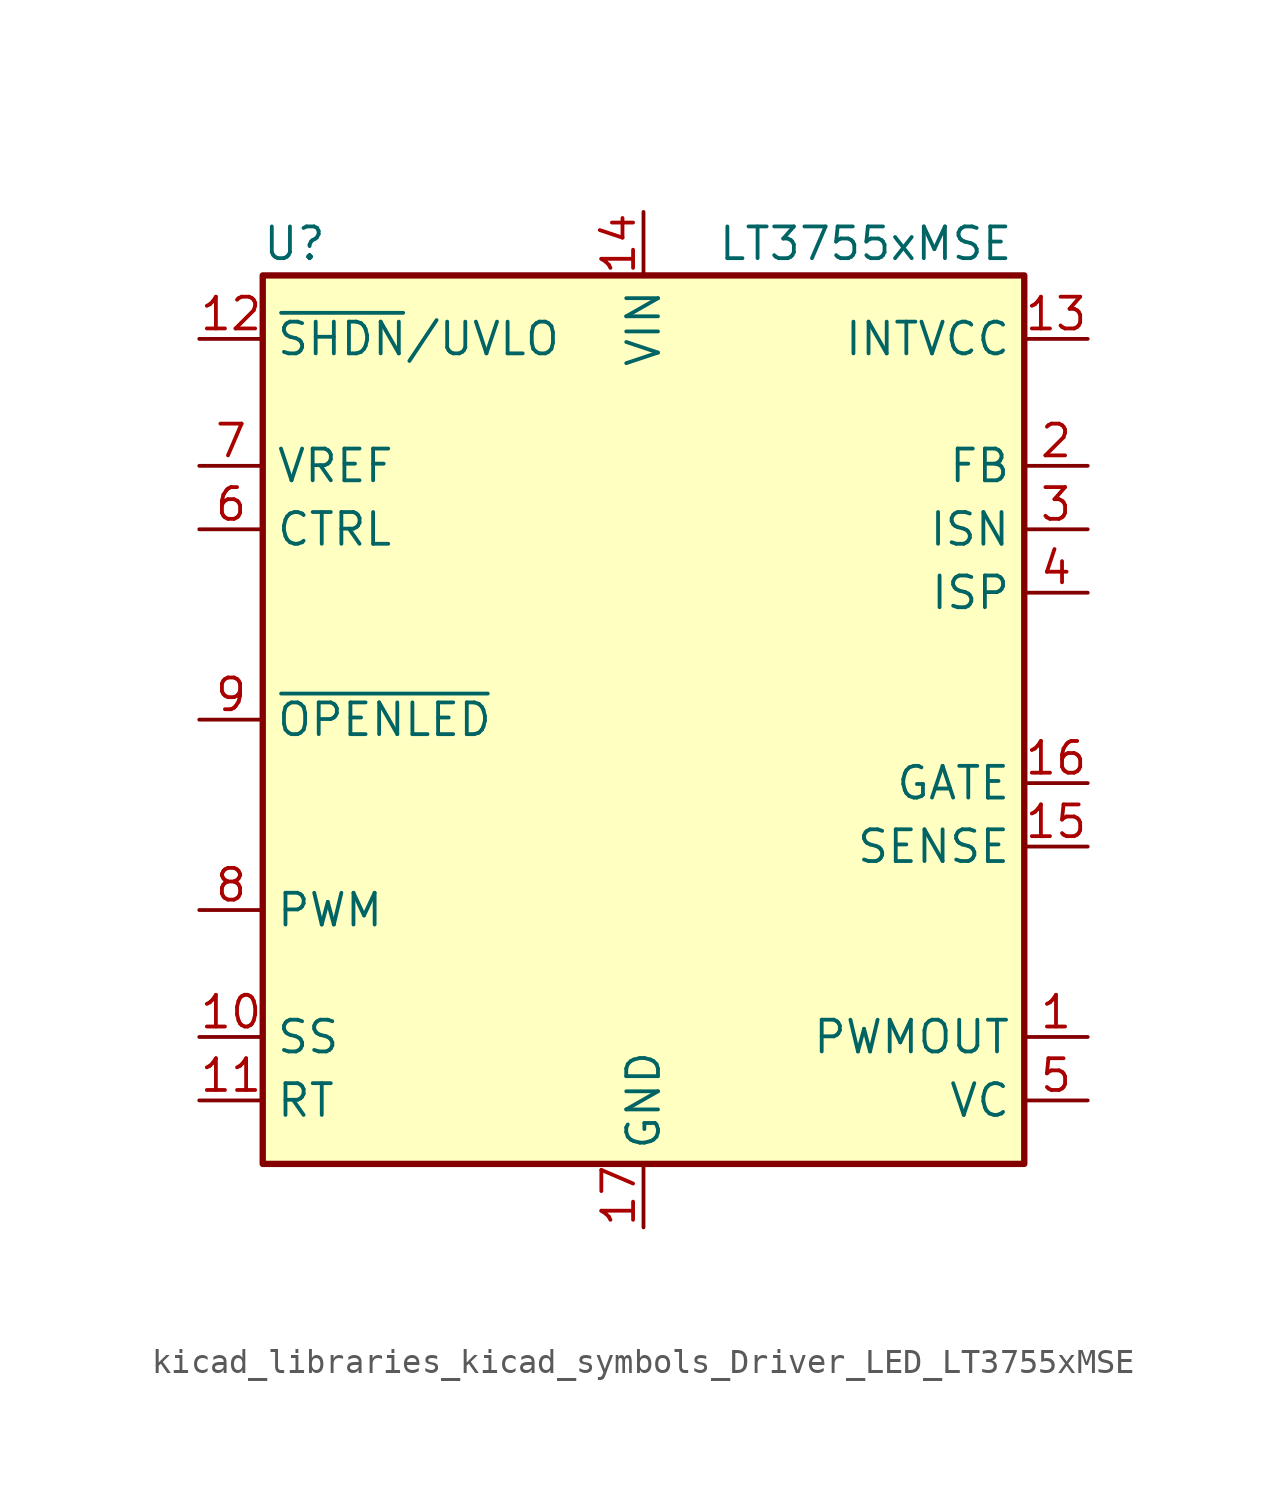
<source format=kicad_sym>
(kicad_symbol_lib
  (version 20220914)
  (generator kicad_symbol_editor)
  (symbol "kicad_libraries_kicad_symbols_Driver_LED_LT3755xMSE"
    (property "Reference" "U"
      (at -13.97 19.05 0)
      (effects (font (size 1.27 1.27))))
    (property "Value" "LT3755xMSE"
      (at 8.89 19.05 0)
      (effects (font (size 1.27 1.27))))
    (symbol "kicad_libraries_kicad_symbols_Driver_LED_LT3755xMSE_0_1"
      (rectangle (start -15.24 -17.78) (end 15.24 17.78) (stroke (width 0.254) (type default)) (fill (type background))))
    (symbol "kicad_libraries_kicad_symbols_Driver_LED_LT3755xMSE_1_1"
      (pin output line (at 17.78 -12.7 180) (length 2.54) (name "PWMOUT" (effects (font (size 1.27 1.27)))) (number "1" (effects (font (size 1.27 1.27)))))
      (pin input line (at -17.78 -12.7 0) (length 2.54) (name "SS" (effects (font (size 1.27 1.27)))) (number "10" (effects (font (size 1.27 1.27)))))
      (pin input line (at -17.78 -15.24 0) (length 2.54) (name "RT" (effects (font (size 1.27 1.27)))) (number "11" (effects (font (size 1.27 1.27)))))
      (pin input line (at -17.78 15.24 0) (length 2.54) (name "~{SHDN}/UVLO" (effects (font (size 1.27 1.27)))) (number "12" (effects (font (size 1.27 1.27)))))
      (pin power_out line (at 17.78 15.24 180) (length 2.54) (name "INTVCC" (effects (font (size 1.27 1.27)))) (number "13" (effects (font (size 1.27 1.27)))))
      (pin power_in line (at 0 20.32 270) (length 2.54) (name "VIN" (effects (font (size 1.27 1.27)))) (number "14" (effects (font (size 1.27 1.27)))))
      (pin input line (at 17.78 -5.08 180) (length 2.54) (name "SENSE" (effects (font (size 1.27 1.27)))) (number "15" (effects (font (size 1.27 1.27)))))
      (pin output line (at 17.78 -2.54 180) (length 2.54) (name "GATE" (effects (font (size 1.27 1.27)))) (number "16" (effects (font (size 1.27 1.27)))))
      (pin power_in line (at 0 -20.32 90) (length 2.54) (name "GND" (effects (font (size 1.27 1.27)))) (number "17" (effects (font (size 1.27 1.27)))))
      (pin input line (at 17.78 10.16 180) (length 2.54) (name "FB" (effects (font (size 1.27 1.27)))) (number "2" (effects (font (size 1.27 1.27)))))
      (pin input line (at 17.78 7.62 180) (length 2.54) (name "ISN" (effects (font (size 1.27 1.27)))) (number "3" (effects (font (size 1.27 1.27)))))
      (pin input line (at 17.78 5.08 180) (length 2.54) (name "ISP" (effects (font (size 1.27 1.27)))) (number "4" (effects (font (size 1.27 1.27)))))
      (pin output line (at 17.78 -15.24 180) (length 2.54) (name "VC" (effects (font (size 1.27 1.27)))) (number "5" (effects (font (size 1.27 1.27)))))
      (pin input line (at -17.78 7.62 0) (length 2.54) (name "CTRL" (effects (font (size 1.27 1.27)))) (number "6" (effects (font (size 1.27 1.27)))))
      (pin output line (at -17.78 10.16 0) (length 2.54) (name "VREF" (effects (font (size 1.27 1.27)))) (number "7" (effects (font (size 1.27 1.27)))))
      (pin input line (at -17.78 -7.62 0) (length 2.54) (name "PWM" (effects (font (size 1.27 1.27)))) (number "8" (effects (font (size 1.27 1.27)))))
      (pin open_collector line (at -17.78 0 0) (length 2.54) (name "~{OPENLED}" (effects (font (size 1.27 1.27)))) (number "9" (effects (font (size 1.27 1.27))))))))
</source>
